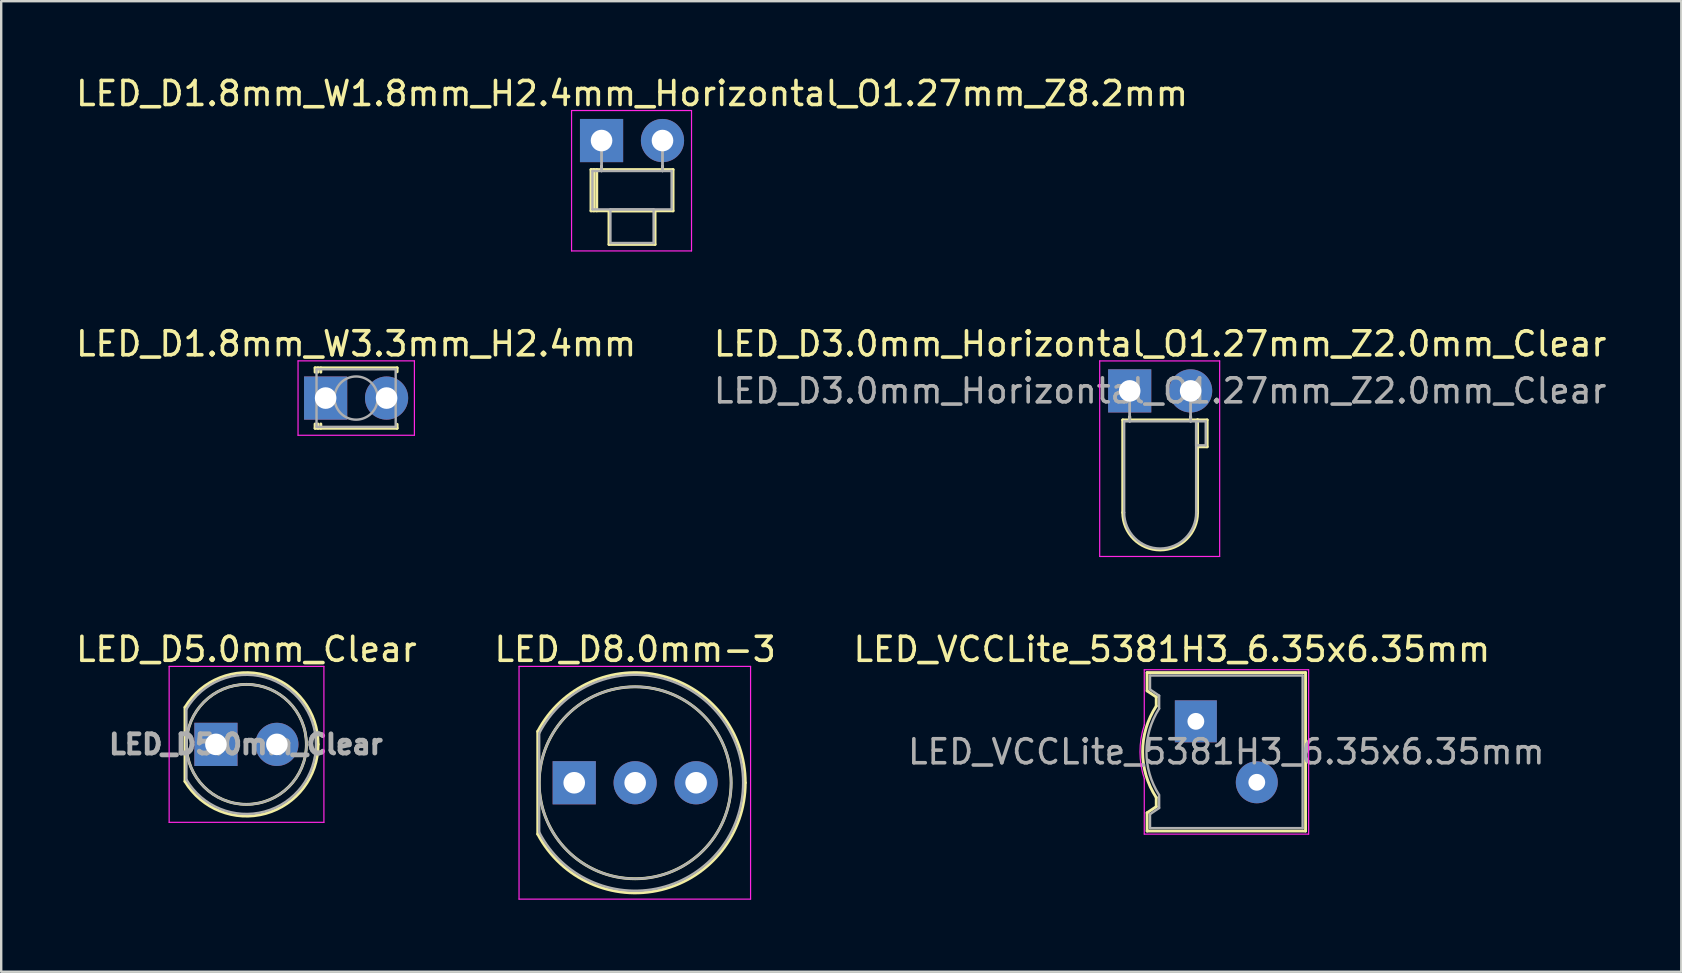
<source format=kicad_pcb>
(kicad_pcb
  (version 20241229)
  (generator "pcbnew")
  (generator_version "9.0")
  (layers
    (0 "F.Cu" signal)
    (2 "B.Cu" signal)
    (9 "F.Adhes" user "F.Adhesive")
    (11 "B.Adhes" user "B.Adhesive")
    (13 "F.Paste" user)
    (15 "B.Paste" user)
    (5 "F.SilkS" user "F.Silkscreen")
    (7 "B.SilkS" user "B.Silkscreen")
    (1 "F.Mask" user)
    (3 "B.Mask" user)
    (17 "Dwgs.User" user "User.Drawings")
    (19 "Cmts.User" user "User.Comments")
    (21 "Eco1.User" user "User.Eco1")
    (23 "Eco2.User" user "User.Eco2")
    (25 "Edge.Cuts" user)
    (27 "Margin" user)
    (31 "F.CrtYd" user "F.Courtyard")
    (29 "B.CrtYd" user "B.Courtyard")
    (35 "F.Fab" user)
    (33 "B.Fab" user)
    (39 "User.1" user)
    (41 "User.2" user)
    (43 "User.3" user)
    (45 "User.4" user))
  (footprint "LED_D8.0mm-3"
    (layer "F.Cu")
    (at 20.883 29.575)
    (property "Reference" "LED_D8.0mm-3" (at 2.54 -5.56 0) (layer "F.SilkS") (effects (font (size 1 1) (thickness 0.15))))
    (attr through_hole)
    (fp_line (start -1.52 -2.142) (end -1.52 2.142) (stroke (width 0.12) (type solid)) (layer "F.SilkS"))
    (fp_arc (start -1.52 -2.141145) (mid 3.643119 -4.455472) (end 7.13 0.000486) (stroke (width 0.12) (type solid)) (layer "F.SilkS"))
    (fp_arc (start 7.13 -0.000486) (mid 3.643119 4.455472) (end -1.52 2.141145) (stroke (width 0.12) (type solid)) (layer "F.SilkS"))
    (fp_circle (center 2.54 0) (end 6.54 0) (stroke (width 0.12) (type solid)) (fill no) (layer "F.SilkS"))
    (fp_line (start -2.3 -4.85) (end -2.3 4.85) (stroke (width 0.05) (type solid)) (layer "F.CrtYd"))
    (fp_line (start -2.3 4.85) (end 7.35 4.85) (stroke (width 0.05) (type solid)) (layer "F.CrtYd"))
    (fp_line (start 7.35 -4.85) (end -2.3 -4.85) (stroke (width 0.05) (type solid)) (layer "F.CrtYd"))
    (fp_line (start 7.35 4.85) (end 7.35 -4.85) (stroke (width 0.05) (type solid)) (layer "F.CrtYd"))
    (fp_line (start -1.46 -2.062) (end -1.46 2.062) (stroke (width 0.1) (type solid)) (layer "F.Fab"))
    (fp_arc (start -1.46 -2.061553) (mid 7.04 0.00126) (end -1.461154 2.059312) (stroke (width 0.1) (type solid)) (layer "F.Fab"))
    (fp_circle (center 2.54 0) (end 6.54 0) (stroke (width 0.1) (type solid)) (fill no) (layer "F.Fab"))
    (pad "1" thru_hole rect (at 0 0) (size 1.8 1.8) (drill 0.9) (layers "*.Cu" "*.Mask"))
    (pad "2" thru_hole circle (at 2.54 0) (size 1.8 1.8) (drill 0.9) (layers "*.Cu" "*.Mask"))
    (pad "3" thru_hole circle (at 5.08 0) (size 1.8 1.8) (drill 0.9) (layers "*.Cu" "*.Mask")))
  (footprint "LED_VCCLite_5381H3_6.35x6.35mm"
    (layer "F.Cu")
    (at 46.792 27.015)
    (property "Reference" "LED_VCCLite_5381H3_6.35x6.35mm" (at -1 -3 0) (layer "F.SilkS") (effects (font (size 1 1) (thickness 0.15))))
    (attr through_hole)
    (fp_line (start -2.032 -2.032) (end -2.032 -1.27) (stroke (width 0.12) (type solid)) (layer "F.SilkS"))
    (fp_line (start -2.032 -1.27) (end -1.651 -1.016) (stroke (width 0.12) (type solid)) (layer "F.SilkS"))
    (fp_line (start -2.032 4.572) (end -2.032 3.81) (stroke (width 0.12) (type solid)) (layer "F.SilkS"))
    (fp_line (start -1.651 -1.016) (end -1.651 -0.635) (stroke (width 0.12) (type solid)) (layer "F.SilkS"))
    (fp_line (start -1.651 3.556) (end -2.032 3.81) (stroke (width 0.12) (type solid)) (layer "F.SilkS"))
    (fp_line (start -1.651 3.556) (end -1.651 3.175) (stroke (width 0.12) (type solid)) (layer "F.SilkS"))
    (fp_line (start 4.572 -2.032) (end -2.032 -2.032) (stroke (width 0.12) (type solid)) (layer "F.SilkS"))
    (fp_line (start 4.572 4.572) (end -2.032 4.572) (stroke (width 0.12) (type solid)) (layer "F.SilkS"))
    (fp_line (start 4.572 4.572) (end 4.572 -2.032) (stroke (width 0.12) (type solid)) (layer "F.SilkS"))
    (fp_arc (start -1.651753 3.173843) (mid -2.2173 1.26931) (end -1.650999 -0.634999) (stroke (width 0.12) (type solid)) (layer "F.SilkS"))
    (fp_line (start -2.15 -2.15) (end -2.15 0.15) (stroke (width 0.05) (type solid)) (layer "F.CrtYd"))
    (fp_line (start -2.15 -2.15) (end 4.7 -2.15) (stroke (width 0.05) (type solid)) (layer "F.CrtYd"))
    (fp_line (start -2.15 4.7) (end -2.15 2.4) (stroke (width 0.05) (type solid)) (layer "F.CrtYd"))
    (fp_line (start 4.7 -2.15) (end 4.7 4.7) (stroke (width 0.05) (type solid)) (layer "F.CrtYd"))
    (fp_line (start 4.7 4.7) (end -2.15 4.7) (stroke (width 0.05) (type solid)) (layer "F.CrtYd"))
    (fp_arc (start -2.147033 2.39902) (mid -2.328719 1.274748) (end -2.15 0.15) (stroke (width 0.05) (type solid)) (layer "F.CrtYd"))
    (fp_line (start -1.91 -1.91) (end -1.91 -1.33) (stroke (width 0.1) (type solid)) (layer "F.Fab"))
    (fp_line (start -1.91 -1.91) (end 4.45 -1.91) (stroke (width 0.1) (type solid)) (layer "F.Fab"))
    (fp_line (start -1.91 -1.33) (end -1.53 -1.07) (stroke (width 0.1) (type solid)) (layer "F.Fab"))
    (fp_line (start -1.91 3.87) (end -1.53 3.61) (stroke (width 0.1) (type solid)) (layer "F.Fab"))
    (fp_line (start -1.91 4.45) (end -1.91 3.87) (stroke (width 0.1) (type solid)) (layer "F.Fab"))
    (fp_line (start -1.53 -1.07) (end -1.53 -0.53) (stroke (width 0.1) (type solid)) (layer "F.Fab"))
    (fp_line (start -1.53 3.61) (end -1.53 3.07) (stroke (width 0.1) (type solid)) (layer "F.Fab"))
    (fp_line (start 4.45 -1.91) (end 4.45 4.45) (stroke (width 0.1) (type solid)) (layer "F.Fab"))
    (fp_line (start 4.45 4.45) (end -1.91 4.45) (stroke (width 0.1) (type solid)) (layer "F.Fab"))
    (fp_arc (start -1.538265 3.057078) (mid -2.058655 1.26233) (end -1.53 -0.53) (stroke (width 0.1) (type solid)) (layer "F.Fab"))
    (fp_text user "${REFERENCE}" (at 1.27 1.27 0) (layer "F.Fab") (effects (font (size 1 1) (thickness 0.15))))
    (pad "1" thru_hole rect (at 0 0 270) (size 1.75 1.75) (drill 0.7) (layers "*.Cu" "*.Mask"))
    (pad "2" thru_hole circle (at 2.54 2.54 270) (size 1.75 1.75) (drill 0.7) (layers "*.Cu" "*.Mask")))
  (footprint "LED_D1.8mm_W3.3mm_H2.4mm"
    (layer "F.Cu")
    (at 10.522 13.541)
    (property "Reference" "LED_D1.8mm_W3.3mm_H2.4mm" (at 1.27 -2.26 0) (layer "F.SilkS") (effects (font (size 1 1) (thickness 0.15))))
    (attr through_hole)
    (fp_line (start -0.44 -1.26) (end -0.44 -1.08) (stroke (width 0.12) (type solid)) (layer "F.SilkS"))
    (fp_line (start -0.44 -1.26) (end 2.98 -1.26) (stroke (width 0.12) (type solid)) (layer "F.SilkS"))
    (fp_line (start -0.44 1.08) (end -0.44 1.26) (stroke (width 0.12) (type solid)) (layer "F.SilkS"))
    (fp_line (start -0.44 1.26) (end 2.98 1.26) (stroke (width 0.12) (type solid)) (layer "F.SilkS"))
    (fp_line (start -0.32 -1.26) (end -0.32 -1.08) (stroke (width 0.12) (type solid)) (layer "F.SilkS"))
    (fp_line (start -0.32 1.08) (end -0.32 1.26) (stroke (width 0.12) (type solid)) (layer "F.SilkS"))
    (fp_line (start -0.2 -1.26) (end -0.2 -1.08) (stroke (width 0.12) (type solid)) (layer "F.SilkS"))
    (fp_line (start -0.2 1.08) (end -0.2 1.26) (stroke (width 0.12) (type solid)) (layer "F.SilkS"))
    (fp_line (start 2.98 -1.26) (end 2.98 -1.095) (stroke (width 0.12) (type solid)) (layer "F.SilkS"))
    (fp_line (start 2.98 1.095) (end 2.98 1.26) (stroke (width 0.12) (type solid)) (layer "F.SilkS"))
    (fp_line (start -1.15 -1.55) (end -1.15 1.55) (stroke (width 0.05) (type solid)) (layer "F.CrtYd"))
    (fp_line (start -1.15 1.55) (end 3.7 1.55) (stroke (width 0.05) (type solid)) (layer "F.CrtYd"))
    (fp_line (start 3.7 -1.55) (end -1.15 -1.55) (stroke (width 0.05) (type solid)) (layer "F.CrtYd"))
    (fp_line (start 3.7 1.55) (end 3.7 -1.55) (stroke (width 0.05) (type solid)) (layer "F.CrtYd"))
    (fp_line (start -0.38 -1.2) (end -0.38 1.2) (stroke (width 0.1) (type solid)) (layer "F.Fab"))
    (fp_line (start -0.38 1.2) (end 2.92 1.2) (stroke (width 0.1) (type solid)) (layer "F.Fab"))
    (fp_line (start 2.92 -1.2) (end -0.38 -1.2) (stroke (width 0.1) (type solid)) (layer "F.Fab"))
    (fp_line (start 2.92 1.2) (end 2.92 -1.2) (stroke (width 0.1) (type solid)) (layer "F.Fab"))
    (fp_circle (center 1.27 0) (end 2.17 0) (stroke (width 0.1) (type solid)) (fill no) (layer "F.Fab"))
    (pad "1" thru_hole rect (at 0 0) (size 1.8 1.8) (drill 0.9) (layers "*.Cu" "*.Mask"))
    (pad "2" thru_hole circle (at 2.54 0) (size 1.8 1.8) (drill 0.9) (layers "*.Cu" "*.Mask")))
  (footprint "LED_D3.0mm_Horizontal_O1.27mm_Z2.0mm_Clear"
    (layer "F.Cu")
    (at 44.034 13.242)
    (property "Reference" "LED_D3.0mm_Horizontal_O1.27mm_Z2.0mm_Clear" (at 1.27 -1.96 0) (layer "F.SilkS") (effects (font (size 1 1) (thickness 0.15))))
    (attr through_hole)
    (fp_line (start -0.29 1.21) (end -0.29 5.07) (stroke (width 0.12) (type solid)) (layer "F.SilkS"))
    (fp_line (start -0.29 1.21) (end 2.83 1.21) (stroke (width 0.12) (type solid)) (layer "F.SilkS"))
    (fp_line (start 0 1.08) (end 0 1.08) (stroke (width 0.12) (type solid)) (layer "F.SilkS"))
    (fp_line (start 0 1.08) (end 0 1.21) (stroke (width 0.12) (type solid)) (layer "F.SilkS"))
    (fp_line (start 0 1.21) (end 0 1.08) (stroke (width 0.12) (type solid)) (layer "F.SilkS"))
    (fp_line (start 0 1.21) (end 0 1.21) (stroke (width 0.12) (type solid)) (layer "F.SilkS"))
    (fp_line (start 2.54 1.08) (end 2.54 1.08) (stroke (width 0.12) (type solid)) (layer "F.SilkS"))
    (fp_line (start 2.54 1.08) (end 2.54 1.21) (stroke (width 0.12) (type solid)) (layer "F.SilkS"))
    (fp_line (start 2.54 1.21) (end 2.54 1.08) (stroke (width 0.12) (type solid)) (layer "F.SilkS"))
    (fp_line (start 2.54 1.21) (end 2.54 1.21) (stroke (width 0.12) (type solid)) (layer "F.SilkS"))
    (fp_line (start 2.83 1.21) (end 2.83 5.07) (stroke (width 0.12) (type solid)) (layer "F.SilkS"))
    (fp_line (start 2.83 1.21) (end 3.23 1.21) (stroke (width 0.12) (type solid)) (layer "F.SilkS"))
    (fp_line (start 2.83 2.33) (end 2.83 1.21) (stroke (width 0.12) (type solid)) (layer "F.SilkS"))
    (fp_line (start 3.23 1.21) (end 3.23 2.33) (stroke (width 0.12) (type solid)) (layer "F.SilkS"))
    (fp_line (start 3.23 2.33) (end 2.83 2.33) (stroke (width 0.12) (type solid)) (layer "F.SilkS"))
    (fp_arc (start 2.83 5.07) (mid 1.27 6.63) (end -0.29 5.07) (stroke (width 0.12) (type solid)) (layer "F.SilkS"))
    (fp_line (start -1.25 -1.25) (end -1.25 6.9) (stroke (width 0.05) (type solid)) (layer "F.CrtYd"))
    (fp_line (start -1.25 6.9) (end 3.75 6.9) (stroke (width 0.05) (type solid)) (layer "F.CrtYd"))
    (fp_line (start 3.75 -1.25) (end -1.25 -1.25) (stroke (width 0.05) (type solid)) (layer "F.CrtYd"))
    (fp_line (start 3.75 6.9) (end 3.75 -1.25) (stroke (width 0.05) (type solid)) (layer "F.CrtYd"))
    (fp_line (start -0.23 1.27) (end -0.23 5.07) (stroke (width 0.1) (type solid)) (layer "F.Fab"))
    (fp_line (start -0.23 1.27) (end 2.77 1.27) (stroke (width 0.1) (type solid)) (layer "F.Fab"))
    (fp_line (start 0 0) (end 0 0) (stroke (width 0.1) (type solid)) (layer "F.Fab"))
    (fp_line (start 0 0) (end 0 1.27) (stroke (width 0.1) (type solid)) (layer "F.Fab"))
    (fp_line (start 0 1.27) (end 0 0) (stroke (width 0.1) (type solid)) (layer "F.Fab"))
    (fp_line (start 0 1.27) (end 0 1.27) (stroke (width 0.1) (type solid)) (layer "F.Fab"))
    (fp_line (start 2.54 0) (end 2.54 0) (stroke (width 0.1) (type solid)) (layer "F.Fab"))
    (fp_line (start 2.54 0) (end 2.54 1.27) (stroke (width 0.1) (type solid)) (layer "F.Fab"))
    (fp_line (start 2.54 1.27) (end 2.54 0) (stroke (width 0.1) (type solid)) (layer "F.Fab"))
    (fp_line (start 2.54 1.27) (end 2.54 1.27) (stroke (width 0.1) (type solid)) (layer "F.Fab"))
    (fp_line (start 2.77 1.27) (end 2.77 5.07) (stroke (width 0.1) (type solid)) (layer "F.Fab"))
    (fp_line (start 2.77 1.27) (end 3.17 1.27) (stroke (width 0.1) (type solid)) (layer "F.Fab"))
    (fp_line (start 2.77 2.27) (end 2.77 1.27) (stroke (width 0.1) (type solid)) (layer "F.Fab"))
    (fp_line (start 3.17 1.27) (end 3.17 2.27) (stroke (width 0.1) (type solid)) (layer "F.Fab"))
    (fp_line (start 3.17 2.27) (end 2.77 2.27) (stroke (width 0.1) (type solid)) (layer "F.Fab"))
    (fp_arc (start 2.77 5.07) (mid 1.27 6.57) (end -0.23 5.07) (stroke (width 0.1) (type solid)) (layer "F.Fab"))
    (fp_text user "${REFERENCE}" (at 1.27 0 0) (layer "F.Fab") (effects (font (size 1 1) (thickness 0.15))))
    (pad "1" thru_hole rect (at 0 0) (size 1.8 1.8) (drill 0.9) (layers "*.Cu" "*.Mask"))
    (pad "2" thru_hole circle (at 2.54 0) (size 1.8 1.8) (drill 0.9) (layers "*.Cu" "*.Mask")))
  (footprint "LED_D5.0mm_Clear"
    (layer "F.Cu")
    (at 5.95 27.975)
    (property "Reference" "LED_D5.0mm_Clear" (at 1.27 -3.96 0) (layer "F.SilkS") (effects (font (size 1 1) (thickness 0.15))))
    (attr through_hole)
    (fp_line (start -1.29 -1.545) (end -1.29 1.545) (stroke (width 0.12) (type solid)) (layer "F.SilkS"))
    (fp_arc (start -1.29 -1.54483) (mid 2.072002 -2.880433) (end 4.26 0.000462) (stroke (width 0.12) (type solid)) (layer "F.SilkS"))
    (fp_arc (start 4.26 -0.000462) (mid 2.072002 2.880433) (end -1.29 1.54483) (stroke (width 0.12) (type solid)) (layer "F.SilkS"))
    (fp_circle (center 1.27 0) (end 3.77 0) (stroke (width 0.12) (type solid)) (fill no) (layer "F.SilkS"))
    (fp_line (start -1.95 -3.25) (end -1.95 3.25) (stroke (width 0.05) (type solid)) (layer "F.CrtYd"))
    (fp_line (start -1.95 3.25) (end 4.5 3.25) (stroke (width 0.05) (type solid)) (layer "F.CrtYd"))
    (fp_line (start 4.5 -3.25) (end -1.95 -3.25) (stroke (width 0.05) (type solid)) (layer "F.CrtYd"))
    (fp_line (start 4.5 3.25) (end 4.5 -3.25) (stroke (width 0.05) (type solid)) (layer "F.CrtYd"))
    (fp_line (start -1.23 -1.47) (end -1.23 1.47) (stroke (width 0.1) (type solid)) (layer "F.Fab"))
    (fp_arc (start -1.23 -1.469694) (mid 4.17 0.000016) (end -1.230016 1.469666) (stroke (width 0.1) (type solid)) (layer "F.Fab"))
    (fp_circle (center 1.27 0) (end 3.77 0) (stroke (width 0.1) (type solid)) (fill no) (layer "F.Fab"))
    (fp_text user "${REFERENCE}" (at 1.25 0 0) (layer "F.Fab") (effects (font (size 0.8 0.8) (thickness 0.2))))
    (pad "1" thru_hole rect (at 0 0) (size 1.8 1.8) (drill 0.9) (layers "*.Cu" "*.Mask"))
    (pad "2" thru_hole circle (at 2.54 0) (size 1.8 1.8) (drill 0.9) (layers "*.Cu" "*.Mask")))
  (footprint "LED_D1.8mm_W1.8mm_H2.4mm_Horizontal_O1.27mm_Z8.2mm"
    (layer "F.Cu")
    (at 22.022 2.808)
    (property "Reference" "LED_D1.8mm_W1.8mm_H2.4mm_Horizontal_O1.27mm_Z8.2mm" (at 1.27 -1.96 0) (layer "F.SilkS") (effects (font (size 1 1) (thickness 0.15))))
    (attr through_hole)
    (fp_line (start -0.44 1.21) (end -0.44 2.93) (stroke (width 0.12) (type solid)) (layer "F.SilkS"))
    (fp_line (start -0.44 2.93) (end 2.98 2.93) (stroke (width 0.12) (type solid)) (layer "F.SilkS"))
    (fp_line (start -0.32 1.21) (end -0.32 2.93) (stroke (width 0.12) (type solid)) (layer "F.SilkS"))
    (fp_line (start -0.2 1.21) (end -0.2 2.93) (stroke (width 0.12) (type solid)) (layer "F.SilkS"))
    (fp_line (start 0 1.08) (end 0 1.08) (stroke (width 0.12) (type solid)) (layer "F.SilkS"))
    (fp_line (start 0 1.08) (end 0 1.21) (stroke (width 0.12) (type solid)) (layer "F.SilkS"))
    (fp_line (start 0 1.21) (end 0 1.08) (stroke (width 0.12) (type solid)) (layer "F.SilkS"))
    (fp_line (start 0 1.21) (end 0 1.21) (stroke (width 0.12) (type solid)) (layer "F.SilkS"))
    (fp_line (start 0.31 2.93) (end 0.31 4.33) (stroke (width 0.12) (type solid)) (layer "F.SilkS"))
    (fp_line (start 0.31 4.33) (end 2.23 4.33) (stroke (width 0.12) (type solid)) (layer "F.SilkS"))
    (fp_line (start 2.23 2.93) (end 0.31 2.93) (stroke (width 0.12) (type solid)) (layer "F.SilkS"))
    (fp_line (start 2.23 4.33) (end 2.23 2.93) (stroke (width 0.12) (type solid)) (layer "F.SilkS"))
    (fp_line (start 2.54 1.08) (end 2.54 1.08) (stroke (width 0.12) (type solid)) (layer "F.SilkS"))
    (fp_line (start 2.54 1.08) (end 2.54 1.21) (stroke (width 0.12) (type solid)) (layer "F.SilkS"))
    (fp_line (start 2.54 1.21) (end 2.54 1.08) (stroke (width 0.12) (type solid)) (layer "F.SilkS"))
    (fp_line (start 2.54 1.21) (end 2.54 1.21) (stroke (width 0.12) (type solid)) (layer "F.SilkS"))
    (fp_line (start 2.98 1.21) (end -0.44 1.21) (stroke (width 0.12) (type solid)) (layer "F.SilkS"))
    (fp_line (start 2.98 2.93) (end 2.98 1.21) (stroke (width 0.12) (type solid)) (layer "F.SilkS"))
    (fp_line (start -1.25 -1.25) (end -1.25 4.6) (stroke (width 0.05) (type solid)) (layer "F.CrtYd"))
    (fp_line (start -1.25 4.6) (end 3.75 4.6) (stroke (width 0.05) (type solid)) (layer "F.CrtYd"))
    (fp_line (start 3.75 -1.25) (end -1.25 -1.25) (stroke (width 0.05) (type solid)) (layer "F.CrtYd"))
    (fp_line (start 3.75 4.6) (end 3.75 -1.25) (stroke (width 0.05) (type solid)) (layer "F.CrtYd"))
    (fp_line (start -0.38 1.27) (end -0.38 2.87) (stroke (width 0.1) (type solid)) (layer "F.Fab"))
    (fp_line (start -0.38 2.87) (end 2.92 2.87) (stroke (width 0.1) (type solid)) (layer "F.Fab"))
    (fp_line (start 0 0) (end 0 0) (stroke (width 0.1) (type solid)) (layer "F.Fab"))
    (fp_line (start 0 0) (end 0 1.27) (stroke (width 0.1) (type solid)) (layer "F.Fab"))
    (fp_line (start 0 1.27) (end 0 0) (stroke (width 0.1) (type solid)) (layer "F.Fab"))
    (fp_line (start 0 1.27) (end 0 1.27) (stroke (width 0.1) (type solid)) (layer "F.Fab"))
    (fp_line (start 0.37 2.87) (end 0.37 4.27) (stroke (width 0.1) (type solid)) (layer "F.Fab"))
    (fp_line (start 0.37 4.27) (end 2.17 4.27) (stroke (width 0.1) (type solid)) (layer "F.Fab"))
    (fp_line (start 2.17 2.87) (end 0.37 2.87) (stroke (width 0.1) (type solid)) (layer "F.Fab"))
    (fp_line (start 2.17 4.27) (end 2.17 2.87) (stroke (width 0.1) (type solid)) (layer "F.Fab"))
    (fp_line (start 2.54 0) (end 2.54 0) (stroke (width 0.1) (type solid)) (layer "F.Fab"))
    (fp_line (start 2.54 0) (end 2.54 1.27) (stroke (width 0.1) (type solid)) (layer "F.Fab"))
    (fp_line (start 2.54 1.27) (end 2.54 0) (stroke (width 0.1) (type solid)) (layer "F.Fab"))
    (fp_line (start 2.54 1.27) (end 2.54 1.27) (stroke (width 0.1) (type solid)) (layer "F.Fab"))
    (fp_line (start 2.92 1.27) (end -0.38 1.27) (stroke (width 0.1) (type solid)) (layer "F.Fab"))
    (fp_line (start 2.92 2.87) (end 2.92 1.27) (stroke (width 0.1) (type solid)) (layer "F.Fab"))
    (pad "1" thru_hole rect (at 0 0) (size 1.8 1.8) (drill 0.9) (layers "*.Cu" "*.Mask"))
    (pad "2" thru_hole circle (at 2.54 0) (size 1.8 1.8) (drill 0.9) (layers "*.Cu" "*.Mask")))
  (gr_rect
    (start -3 -3)
    (end 67.024 37.45)
    (stroke (width 0.1) (type default))
    (fill no)
    (layer "Edge.Cuts")))
</source>
